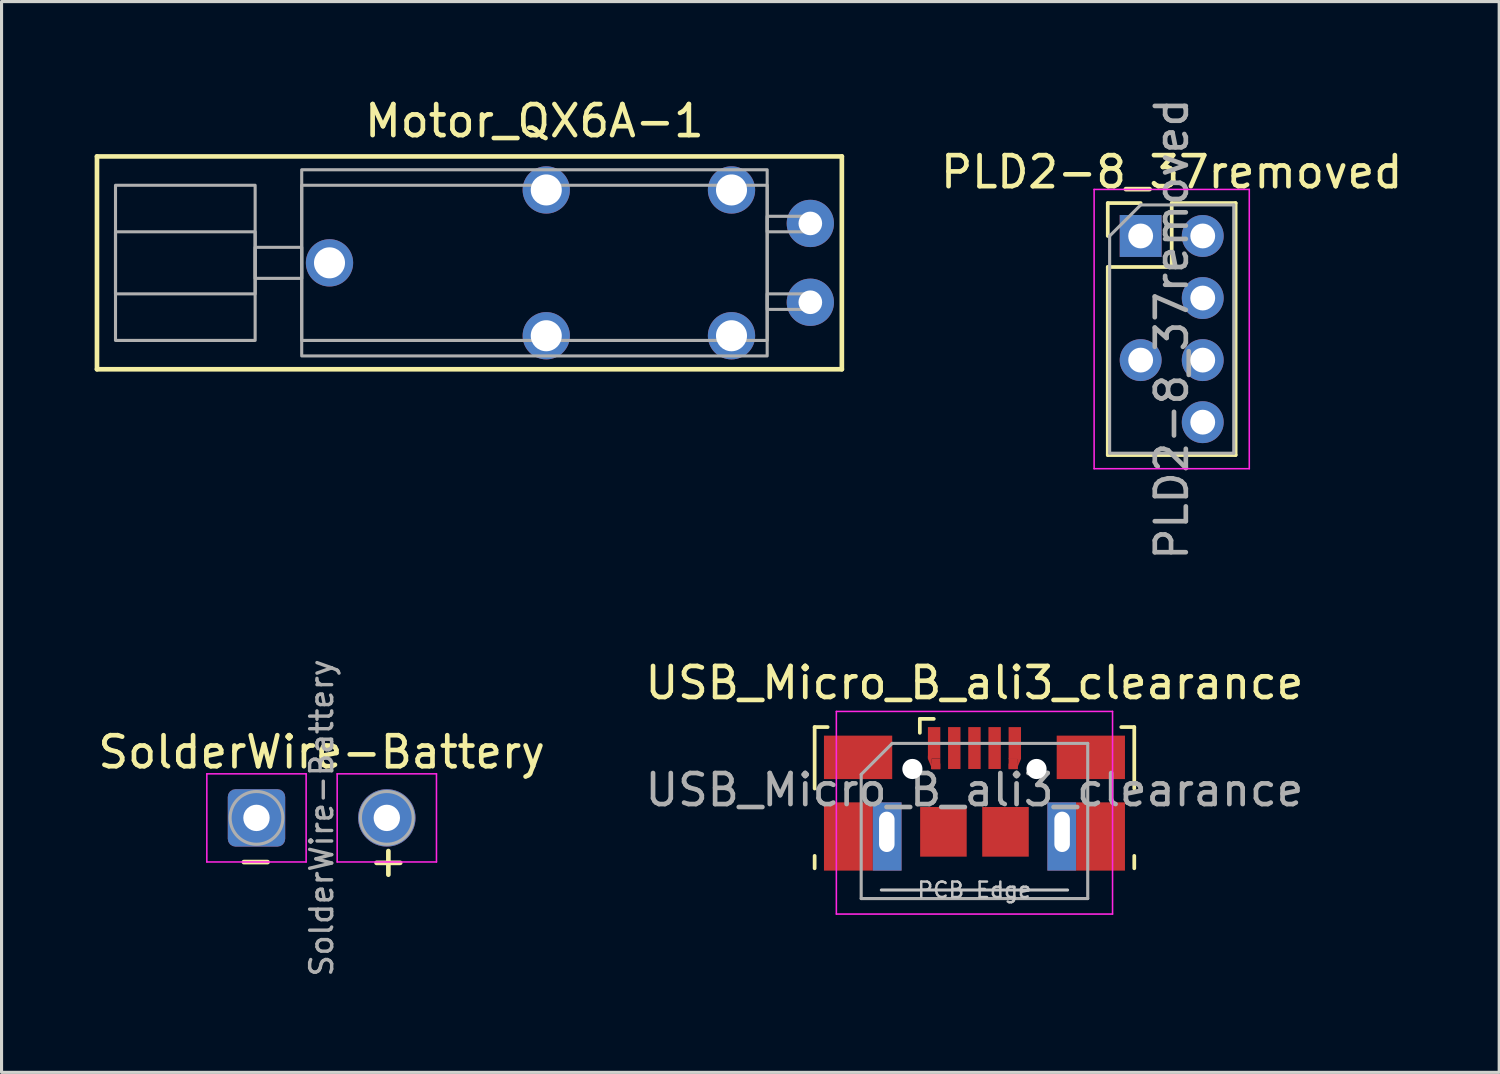
<source format=kicad_pcb>
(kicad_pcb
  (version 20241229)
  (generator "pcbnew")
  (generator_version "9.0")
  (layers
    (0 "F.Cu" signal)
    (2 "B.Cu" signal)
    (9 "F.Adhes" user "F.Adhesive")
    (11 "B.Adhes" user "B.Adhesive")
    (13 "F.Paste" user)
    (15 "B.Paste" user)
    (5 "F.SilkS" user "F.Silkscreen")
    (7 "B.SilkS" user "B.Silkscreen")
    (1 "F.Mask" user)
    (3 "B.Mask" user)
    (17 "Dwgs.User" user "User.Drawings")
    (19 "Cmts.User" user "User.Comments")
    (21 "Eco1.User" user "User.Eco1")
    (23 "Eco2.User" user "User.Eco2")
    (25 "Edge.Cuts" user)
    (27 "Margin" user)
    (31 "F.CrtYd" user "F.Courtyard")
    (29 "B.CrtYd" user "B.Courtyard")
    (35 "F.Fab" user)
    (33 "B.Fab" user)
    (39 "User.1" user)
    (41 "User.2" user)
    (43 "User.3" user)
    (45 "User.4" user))
  (footprint "PLD2-8_37removed"
    (layer "F.Cu")
    (at 33.707 4.554)
    (property "Reference" "PLD2-8_37removed" (at 1 -2.06 0) (layer "F.SilkS") (effects (font (size 1 1) (thickness 0.15))))
    (attr through_hole)
    (fp_line (start -1.06 -1.06) (end 0 -1.06) (stroke (width 0.12) (type solid)) (layer "F.SilkS"))
    (fp_line (start -1.06 0) (end -1.06 -1.06) (stroke (width 0.12) (type solid)) (layer "F.SilkS"))
    (fp_line (start -1.06 1) (end -1.06 7.06) (stroke (width 0.12) (type solid)) (layer "F.SilkS"))
    (fp_line (start -1.06 1) (end 1 1) (stroke (width 0.12) (type solid)) (layer "F.SilkS"))
    (fp_line (start -1.06 7.06) (end 3.06 7.06) (stroke (width 0.12) (type solid)) (layer "F.SilkS"))
    (fp_line (start 1 -1.06) (end 3.06 -1.06) (stroke (width 0.12) (type solid)) (layer "F.SilkS"))
    (fp_line (start 1 1) (end 1 -1.06) (stroke (width 0.12) (type solid)) (layer "F.SilkS"))
    (fp_line (start 3.06 -1.06) (end 3.06 7.06) (stroke (width 0.12) (type solid)) (layer "F.SilkS"))
    (fp_line (start -1.5 -1.5) (end -1.5 7.5) (stroke (width 0.05) (type solid)) (layer "F.CrtYd"))
    (fp_line (start -1.5 7.5) (end 3.5 7.5) (stroke (width 0.05) (type solid)) (layer "F.CrtYd"))
    (fp_line (start 3.5 -1.5) (end -1.5 -1.5) (stroke (width 0.05) (type solid)) (layer "F.CrtYd"))
    (fp_line (start 3.5 7.5) (end 3.5 -1.5) (stroke (width 0.05) (type solid)) (layer "F.CrtYd"))
    (fp_line (start -1 0) (end 0 -1) (stroke (width 0.1) (type solid)) (layer "F.Fab"))
    (fp_line (start -1 7) (end -1 0) (stroke (width 0.1) (type solid)) (layer "F.Fab"))
    (fp_line (start 0 -1) (end 3 -1) (stroke (width 0.1) (type solid)) (layer "F.Fab"))
    (fp_line (start 3 -1) (end 3 7) (stroke (width 0.1) (type solid)) (layer "F.Fab"))
    (fp_line (start 3 7) (end -1 7) (stroke (width 0.1) (type solid)) (layer "F.Fab"))
    (fp_text user "${REFERENCE}" (at 1 3 90) (layer "F.Fab") (effects (font (size 1 1) (thickness 0.15))))
    (pad "1" thru_hole rect (at 0 0) (size 1.35 1.35) (drill 0.8) (layers "*.Cu" "*.Mask"))
    (pad "2" thru_hole oval (at 2 0) (size 1.35 1.35) (drill 0.8) (layers "*.Cu" "*.Mask"))
    (pad "4" thru_hole oval (at 2 2) (size 1.35 1.35) (drill 0.8) (layers "*.Cu" "*.Mask"))
    (pad "5" thru_hole oval (at 0 4) (size 1.35 1.35) (drill 0.8) (layers "*.Cu" "*.Mask"))
    (pad "6" thru_hole oval (at 2 4) (size 1.35 1.35) (drill 0.8) (layers "*.Cu" "*.Mask"))
    (pad "8" thru_hole oval (at 2 6) (size 1.35 1.35) (drill 0.8) (layers "*.Cu" "*.Mask")))
  (footprint "USB_Micro_B_ali3_clearance"
    (layer "F.Cu")
    (at 28.351 22.455)
    (property "Reference" "USB_Micro_B_ali3_clearance" (at 0 -3.5 0) (layer "F.SilkS") (effects (font (size 1 1) (thickness 0.15))))
    (attr through_hole)
    (fp_line (start -5.15 -2.075) (end -4.73 -2.075) (stroke (width 0.12) (type solid)) (layer "F.SilkS"))
    (fp_line (start -5.15 -0.095) (end -5.15 -2.075) (stroke (width 0.12) (type solid)) (layer "F.SilkS"))
    (fp_line (start -5.15 2.475) (end -5.15 2.075) (stroke (width 0.12) (type solid)) (layer "F.SilkS"))
    (fp_line (start -1.76 -1.89) (end -1.76 -2.34) (stroke (width 0.12) (type solid)) (layer "F.SilkS"))
    (fp_line (start -1.31 -2.34) (end -1.76 -2.34) (stroke (width 0.12) (type solid)) (layer "F.SilkS"))
    (fp_line (start 5.15 -2.075) (end 4.73 -2.075) (stroke (width 0.12) (type solid)) (layer "F.SilkS"))
    (fp_line (start 5.15 -0.095) (end 5.15 -2.075) (stroke (width 0.12) (type solid)) (layer "F.SilkS"))
    (fp_line (start 5.15 2.075) (end 5.15 2.475) (stroke (width 0.12) (type solid)) (layer "F.SilkS"))
    (fp_line (start 3 3.175) (end -3 3.175) (stroke (width 0.1) (type solid)) (layer "Dwgs.User"))
    (fp_line (start -4.45 -2.58) (end -4.45 3.95) (stroke (width 0.05) (type solid)) (layer "F.CrtYd"))
    (fp_line (start -4.45 -2.58) (end 4.45 -2.58) (stroke (width 0.05) (type solid)) (layer "F.CrtYd"))
    (fp_line (start -4.45 3.95) (end 4.45 3.95) (stroke (width 0.05) (type solid)) (layer "F.CrtYd"))
    (fp_line (start 4.45 -2.58) (end 4.45 3.95) (stroke (width 0.05) (type solid)) (layer "F.CrtYd"))
    (fp_line (start -3.65 -0.55) (end -2.65 -1.55) (stroke (width 0.1) (type solid)) (layer "F.Fab"))
    (fp_line (start -3.65 3.45) (end -3.65 -0.55) (stroke (width 0.1) (type solid)) (layer "F.Fab"))
    (fp_line (start -2.65 -1.55) (end 3.65 -1.55) (stroke (width 0.1) (type solid)) (layer "F.Fab"))
    (fp_line (start 3.65 -1.55) (end 3.65 3.45) (stroke (width 0.1) (type solid)) (layer "F.Fab"))
    (fp_line (start 3.65 3.45) (end -3.65 3.45) (stroke (width 0.1) (type solid)) (layer "F.Fab"))
    (fp_circle (center -2 -0.725) (end -1.425 -0.725) (stroke (width 0.01) (type solid)) (fill no) (layer "User.1"))
    (fp_circle (center 2 -0.725) (end 2.575 -0.725) (stroke (width 0.01) (type solid)) (fill no) (layer "User.1"))
    (fp_text user "PCB Edge" (at 0 3.175 0) (layer "Dwgs.User") (effects (font (size 0.5 0.5) (thickness 0.08))))
    (fp_text user "${REFERENCE}" (at 0 -0.05 0) (layer "F.Fab") (effects (font (size 1 1) (thickness 0.15))))
    (pad "" np_thru_hole circle (at -2 -0.725) (size 0.65 0.65) (drill 0.65) (layers "*.Cu" "*.Mask"))
    (pad "" np_thru_hole circle (at 2 -0.725) (size 0.65 0.65) (drill 0.65) (layers "*.Cu" "*.Mask"))
    (pad "1" smd trapezoid (at -1.438 -1.1 90) (size 0.4 0.125) (rect_delta 0 0.3) (layers "F.Cu" "F.Mask" "F.Paste"))
    (pad "1" smd rect (at -1.3 -1.569) (size 0.4 1.012) (layers "F.Cu" "F.Mask" "F.Paste"))
    (pad "1" smd rect (at -1.25 -0.809) (size 0.3 0.181) (layers "F.Cu" "F.Mask" "F.Paste"))
    (pad "1" smd rect (at -1.238 -0.891) (size 0.275 0.344) (layers "F.Cu" "F.Mask" "F.Paste"))
    (pad "2" smd rect (at -0.65 -1.4) (size 0.4 1.35) (layers "F.Cu" "F.Mask" "F.Paste"))
    (pad "3" smd rect (at 0 -1.4) (size 0.4 1.35) (layers "F.Cu" "F.Mask" "F.Paste"))
    (pad "4" smd rect (at 0.65 -1.4) (size 0.4 1.35) (layers "F.Cu" "F.Mask" "F.Paste"))
    (pad "5" smd rect (at 1.238 -0.9) (size 0.275 0.344) (layers "F.Cu" "F.Mask" "F.Paste"))
    (pad "5" smd rect (at 1.25 -0.809) (size 0.3 0.181) (layers "F.Cu" "F.Mask" "F.Paste"))
    (pad "5" smd rect (at 1.3 -1.562) (size 0.4 1.025) (layers "F.Cu" "F.Mask" "F.Paste"))
    (pad "5" smd trapezoid (at 1.438 -1.1 270) (size 0.4 0.125) (rect_delta 0 0.3) (layers "F.Cu" "F.Mask" "F.Paste"))
    (pad "6" smd rect (at -4.062 1.45) (size 1.575 2.2) (layers "F.Cu" "F.Mask" "F.Paste"))
    (pad "6" smd rect (at -3.75 -1.1) (size 2.2 1.4) (layers "F.Cu" "F.Mask" "F.Paste"))
    (pad "6" thru_hole rect (at -2.825 1.3) (size 0.925 2.2) (drill oval 0.5 1.3 (offset 0.013 0.15)) (layers "*.Cu" "*.Mask"))
    (pad "6" smd rect (at -1 1.3) (size 1.5 1.6) (layers "F.Cu" "F.Mask" "F.Paste"))
    (pad "6" smd rect (at 1 1.3) (size 1.5 1.6) (layers "F.Cu" "F.Mask" "F.Paste"))
    (pad "6" thru_hole rect (at 2.825 1.3) (size 0.925 2.2) (drill oval 0.5 1.3 (offset -0.013 0.15)) (layers "*.Cu" "*.Mask"))
    (pad "6" smd rect (at 3.75 -1.1) (size 2.2 1.4) (layers "F.Cu" "F.Mask" "F.Paste"))
    (pad "6" smd rect (at 4.062 1.45) (size 1.575 2.2) (layers "F.Cu" "F.Mask" "F.Paste")))
  (footprint "Motor_QX6A-1"
    (layer "F.Cu")
    (at 14.172 5.42)
    (property "Reference" "Motor_QX6A-1" (at 0 -4.572 0) (layer "F.SilkS") (effects (font (size 1 1) (thickness 0.15))))
    (attr through_hole)
    (fp_line (start -14.097 -3.429) (end 9.906 -3.429) (stroke (width 0.15) (type solid)) (layer "F.SilkS"))
    (fp_line (start -14.097 3.429) (end -14.097 -3.429) (stroke (width 0.15) (type solid)) (layer "F.SilkS"))
    (fp_line (start 9.906 -3.429) (end 9.906 -3.302) (stroke (width 0.12) (type solid)) (layer "F.SilkS"))
    (fp_line (start 9.906 -3.429) (end 9.906 3.429) (stroke (width 0.15) (type solid)) (layer "F.SilkS"))
    (fp_line (start 9.906 3.429) (end -14.097 3.429) (stroke (width 0.15) (type solid)) (layer "F.SilkS"))
    (fp_rect (start -9 -2.5) (end -13.5 2.5) (stroke (width 0.1) (type solid)) (fill no) (layer "F.Fab"))
    (fp_rect (start -9 -0.5) (end -7.5 0.5) (stroke (width 0.1) (type solid)) (fill no) (layer "F.Fab"))
    (fp_rect (start -9 1) (end -13.5 -1) (stroke (width 0.1) (type solid)) (fill no) (layer "F.Fab"))
    (fp_rect (start -7.5 -3) (end 7.5 3) (stroke (width 0.1) (type solid)) (fill no) (layer "F.Fab"))
    (fp_rect (start -7.5 -2.5) (end 7.5 2.5) (stroke (width 0.1) (type solid)) (fill no) (layer "F.Fab"))
    (fp_rect (start 7.5 -1.5) (end 9 -1) (stroke (width 0.1) (type solid)) (fill no) (layer "F.Fab"))
    (fp_rect (start 7.5 1) (end 9 1.5) (stroke (width 0.1) (type solid)) (fill no) (layer "F.Fab"))
    (pad "1" thru_hole circle (at 8.89 -1.27) (size 1.524 1.524) (drill 0.761) (layers "*.Cu" "*.Mask"))
    (pad "2" thru_hole circle (at 8.89 1.27) (size 1.524 1.524) (drill 0.762) (layers "*.Cu" "*.Mask"))
    (pad "3" thru_hole circle (at -6.604 0) (size 1.524 1.524) (drill 1) (layers "*.Cu" "*.Mask"))
    (pad "3" thru_hole circle (at 0.381 -2.349) (size 1.524 1.524) (drill 1) (layers "*.Cu" "*.Mask"))
    (pad "3" thru_hole circle (at 0.381 2.349) (size 1.524 1.524) (drill 1) (layers "*.Cu" "*.Mask"))
    (pad "3" thru_hole circle (at 6.35 -2.349) (size 1.524 1.524) (drill 1) (layers "*.Cu" "*.Mask"))
    (pad "3" thru_hole circle (at 6.35 2.349) (size 1.524 1.524) (drill 1) (layers "*.Cu" "*.Mask")))
  (footprint "SolderWire-Battery"
    (layer "F.Cu")
    (at 5.215 23.306)
    (property "Reference" "SolderWire-Battery" (at 2.1 -2.12 0) (layer "F.SilkS") (effects (font (size 1 1) (thickness 0.15))))
    (attr exclude_from_pos_files exclude_from_bom)
    (fp_line (start -1.6 -1.42) (end -1.6 1.42) (stroke (width 0.05) (type solid)) (layer "F.CrtYd"))
    (fp_line (start -1.6 1.42) (end 1.6 1.42) (stroke (width 0.05) (type solid)) (layer "F.CrtYd"))
    (fp_line (start 1.6 -1.42) (end -1.6 -1.42) (stroke (width 0.05) (type solid)) (layer "F.CrtYd"))
    (fp_line (start 1.6 1.42) (end 1.6 -1.42) (stroke (width 0.05) (type solid)) (layer "F.CrtYd"))
    (fp_line (start 2.6 -1.42) (end 2.6 1.42) (stroke (width 0.05) (type solid)) (layer "F.CrtYd"))
    (fp_line (start 2.6 1.42) (end 5.8 1.42) (stroke (width 0.05) (type solid)) (layer "F.CrtYd"))
    (fp_line (start 5.8 -1.42) (end 2.6 -1.42) (stroke (width 0.05) (type solid)) (layer "F.CrtYd"))
    (fp_line (start 5.8 1.42) (end 5.8 -1.42) (stroke (width 0.05) (type solid)) (layer "F.CrtYd"))
    (fp_circle (center 0 0) (end 0.85 0) (stroke (width 0.1) (type solid)) (fill no) (layer "F.Fab"))
    (fp_circle (center 4.2 0) (end 5.05 0) (stroke (width 0.1) (type solid)) (fill no) (layer "F.Fab"))
    (fp_text user "+" (at 4.25 1.375 0) (unlocked yes) (layer "F.SilkS") (effects (font (size 1 1) (thickness 0.15))))
    (fp_text user "-" (at -0.025 1.35 0) (unlocked yes) (layer "F.SilkS") (effects (font (size 1 1) (thickness 0.15))))
    (fp_text user "${REFERENCE}" (at 2.1 0 90) (layer "F.Fab") (effects (font (size 0.71 0.71) (thickness 0.11))))
    (pad "1" thru_hole circle (at 4.2 0) (size 1.85 1.85) (drill 0.85) (layers "*.Cu" "*.Mask"))
    (pad "2" thru_hole roundrect (at 0 0) (size 1.85 1.85) (drill 0.85) (layers "*.Cu" "*.Mask") (roundrect_rratio 0.135)))
  (gr_rect
    (start -3 -3)
    (end 45.26 31.506)
    (stroke (width 0.1) (type default))
    (fill no)
    (layer "Edge.Cuts")))
</source>
